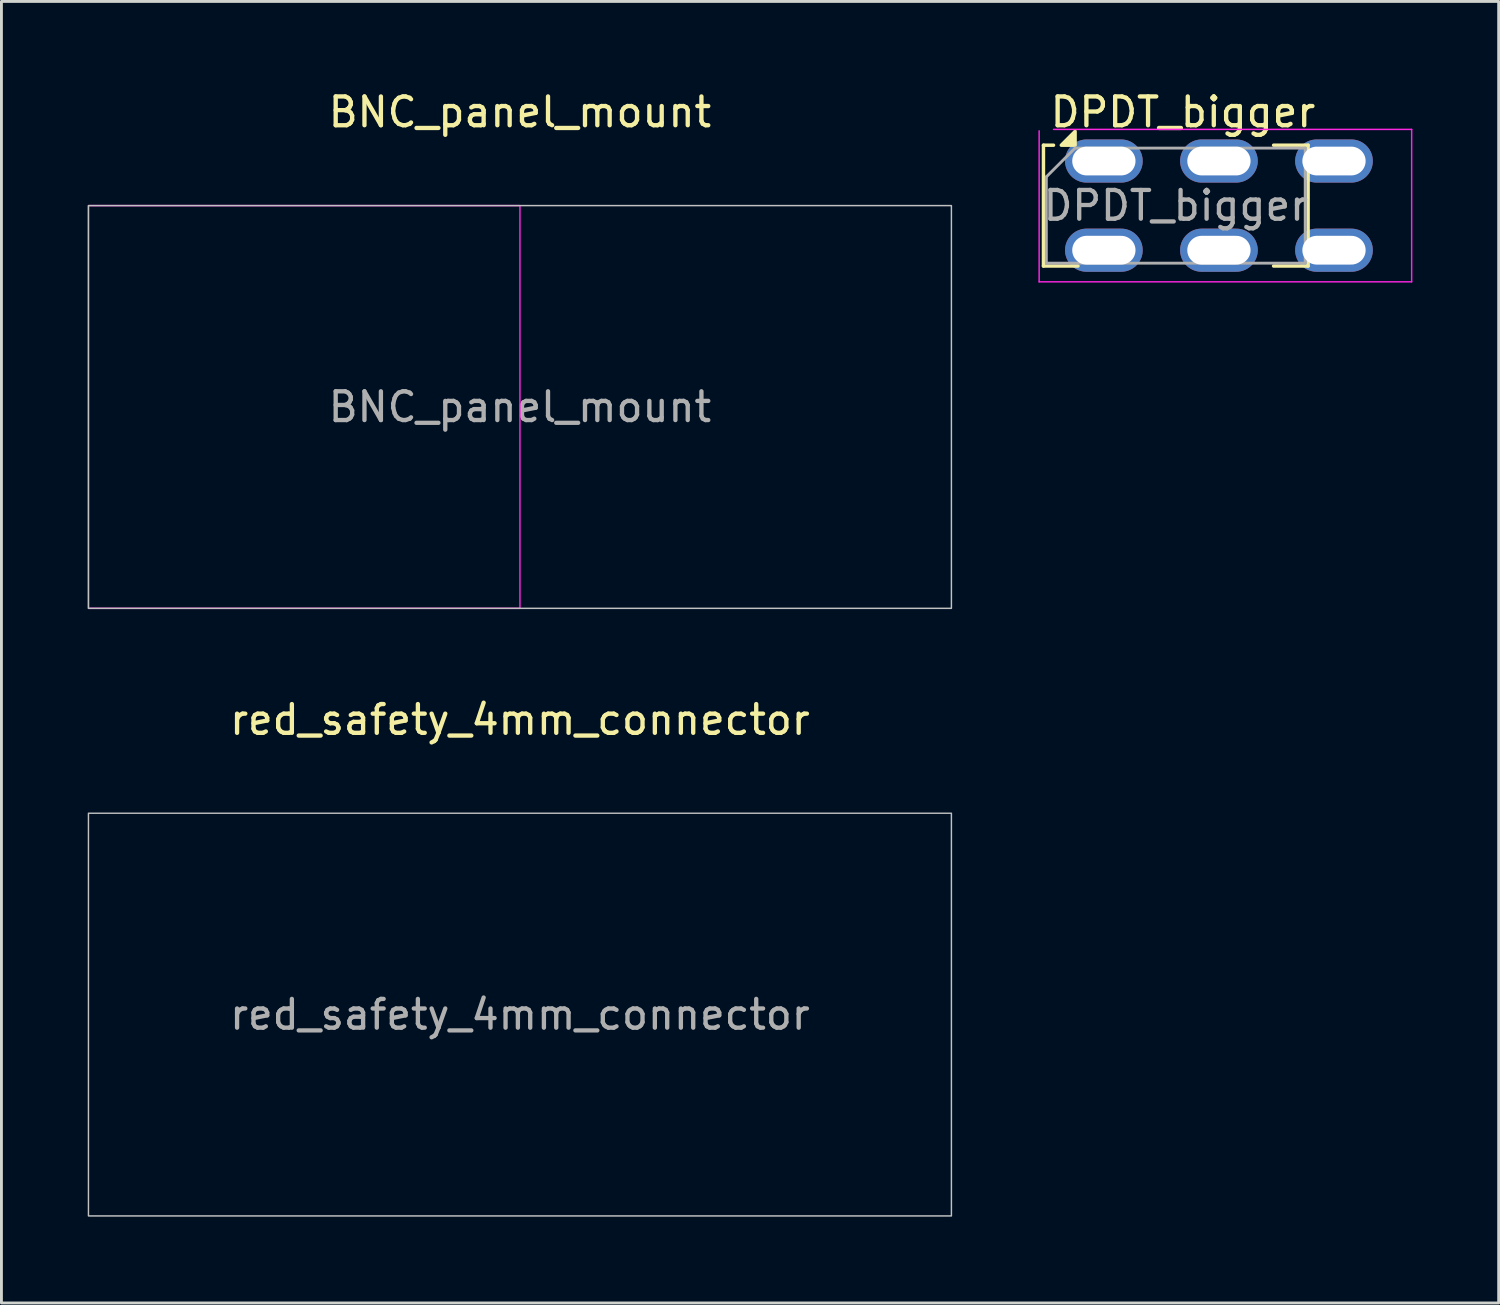
<source format=kicad_pcb>
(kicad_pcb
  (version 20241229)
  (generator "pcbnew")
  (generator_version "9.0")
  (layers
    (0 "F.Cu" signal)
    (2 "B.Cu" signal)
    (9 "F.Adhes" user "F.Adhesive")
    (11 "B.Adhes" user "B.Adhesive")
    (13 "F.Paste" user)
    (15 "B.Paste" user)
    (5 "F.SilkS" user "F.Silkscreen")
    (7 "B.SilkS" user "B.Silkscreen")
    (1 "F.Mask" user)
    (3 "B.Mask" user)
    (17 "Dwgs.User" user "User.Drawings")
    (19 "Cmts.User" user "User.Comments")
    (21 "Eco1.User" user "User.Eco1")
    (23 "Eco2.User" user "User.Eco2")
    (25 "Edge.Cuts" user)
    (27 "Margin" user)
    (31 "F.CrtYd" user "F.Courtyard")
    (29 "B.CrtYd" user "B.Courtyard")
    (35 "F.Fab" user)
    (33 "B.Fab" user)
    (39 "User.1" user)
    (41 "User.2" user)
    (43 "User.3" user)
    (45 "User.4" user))
  (footprint "BNC_panel_mount"
    (layer "F.Cu")
    (at 15.025 11.098)
    (property "Reference" "BNC_panel_mount" (at 0 -10.25 0) (layer "F.SilkS") (effects (font (size 1 1) (thickness 0.15))))
    (attr through_hole)
    (fp_rect (start 15 7) (end -15 -7) (stroke (width 0.05) (type solid)) (fill no) (layer "Dwgs.User"))
    (fp_rect (start 0 7) (end -15 -7) (stroke (width 0.05) (type solid)) (fill no) (layer "F.CrtYd"))
    (fp_text user "${REFERENCE}" (at 0 0 0) (layer "F.Fab") (effects (font (size 1 1) (thickness 0.15)))))
  (footprint "DPDT_bigger"
    (layer "F.Cu")
    (at 35.325 2.448)
    (property "Reference" "DPDT_bigger" (at 2.75 -1.6 0) (layer "F.SilkS") (effects (font (size 1 1) (thickness 0.15))))
    (attr through_hole)
    (fp_line (start -2.1 -0.45) (end -2.1 3.75) (stroke (width 0.12) (type solid)) (layer "F.SilkS"))
    (fp_line (start -2.1 3.75) (end -0.9 3.75) (stroke (width 0.12) (type solid)) (layer "F.SilkS"))
    (fp_line (start -1.75 -0.45) (end -2.1 -0.45) (stroke (width 0.12) (type solid)) (layer "F.SilkS"))
    (fp_line (start 5.9 -0.45) (end 7.1 -0.45) (stroke (width 0.12) (type solid)) (layer "F.SilkS"))
    (fp_line (start 7.1 -0.45) (end 7.1 3.75) (stroke (width 0.12) (type solid)) (layer "F.SilkS"))
    (fp_line (start 7.1 3.75) (end 5.9 3.75) (stroke (width 0.12) (type solid)) (layer "F.SilkS"))
    (fp_poly (pts (xy -1 -0.45) (xy -1.48 -0.45) (xy -1 -0.93) (xy -1 -0.45)) (stroke (width 0.12) (type solid)) (fill yes) (layer "F.SilkS"))
    (fp_line (start -2.25 4.3) (end -2.25 -0.95) (stroke (width 0.05) (type solid)) (layer "F.CrtYd"))
    (fp_line (start -1.75 -1) (end 10.7 -1) (stroke (width 0.05) (type solid)) (layer "F.CrtYd"))
    (fp_line (start 10.7 -1) (end 10.7 4.3) (stroke (width 0.05) (type solid)) (layer "F.CrtYd"))
    (fp_line (start 10.7 4.3) (end -2.25 4.3) (stroke (width 0.05) (type solid)) (layer "F.CrtYd"))
    (fp_line (start -2 3.65) (end -2 0.65) (stroke (width 0.1) (type solid)) (layer "F.Fab"))
    (fp_line (start -1 -0.35) (end -2 0.65) (stroke (width 0.1) (type solid)) (layer "F.Fab"))
    (fp_line (start -1 -0.35) (end 7 -0.35) (stroke (width 0.1) (type solid)) (layer "F.Fab"))
    (fp_line (start 7 -0.35) (end 7 3.65) (stroke (width 0.1) (type solid)) (layer "F.Fab"))
    (fp_line (start 7 3.65) (end -2 3.65) (stroke (width 0.1) (type solid)) (layer "F.Fab"))
    (fp_text user "${REFERENCE}" (at 2.5 1.65 0) (layer "F.Fab") (effects (font (size 1 1) (thickness 0.15))))
    (pad "1" thru_hole oval (at 0 0.1) (size 2.7 1.5) (drill oval 2.2 1) (layers "*.Cu" "*.Mask"))
    (pad "2" thru_hole oval (at 4 0.1) (size 2.7 1.5) (drill oval 2.2 1) (layers "*.Cu" "*.Mask"))
    (pad "3" thru_hole oval (at 8 0.1) (size 2.7 1.5) (drill oval 2.2 1) (layers "*.Cu" "*.Mask"))
    (pad "4" thru_hole oval (at 8 3.2) (size 2.7 1.5) (drill oval 2.2 1) (layers "*.Cu" "*.Mask"))
    (pad "5" thru_hole oval (at 4 3.2) (size 2.7 1.5) (drill oval 2.2 1) (layers "*.Cu" "*.Mask"))
    (pad "6" thru_hole oval (at 0 3.2) (size 2.7 1.5) (drill oval 2.2 1) (layers "*.Cu" "*.Mask")))
  (footprint "red_safety_4mm_connector"
    (layer "F.Cu")
    (at 15.025 32.221)
    (property "Reference" "red_safety_4mm_connector" (at 0 -10.25 0) (layer "F.SilkS") (effects (font (size 1 1) (thickness 0.15))))
    (attr through_hole)
    (fp_rect (start 15 7) (end -15 -7) (stroke (width 0.05) (type solid)) (fill no) (layer "Dwgs.User"))
    (fp_text user "${REFERENCE}" (at 0 0 0) (layer "F.Fab") (effects (font (size 1 1) (thickness 0.15)))))
  (gr_rect
    (start -3 -3)
    (end 49.05 42.246)
    (stroke (width 0.1) (type default))
    (fill no)
    (layer "Edge.Cuts")))
</source>
